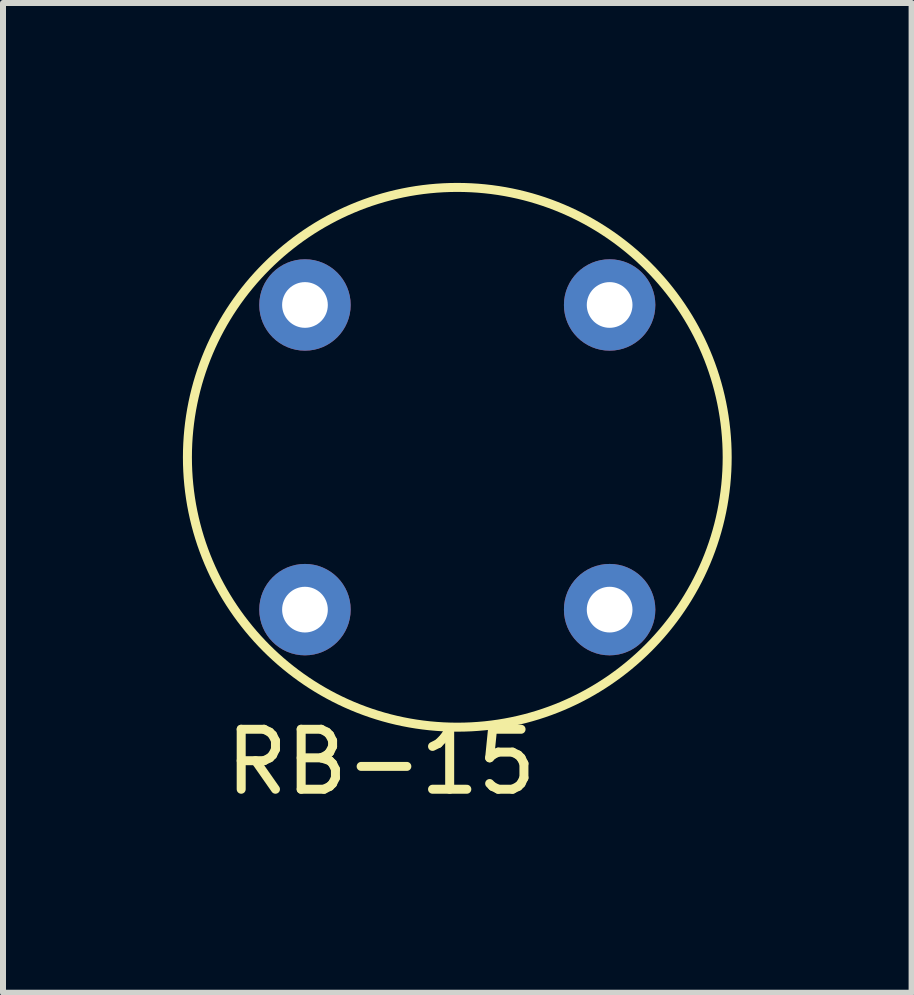
<source format=kicad_pcb>
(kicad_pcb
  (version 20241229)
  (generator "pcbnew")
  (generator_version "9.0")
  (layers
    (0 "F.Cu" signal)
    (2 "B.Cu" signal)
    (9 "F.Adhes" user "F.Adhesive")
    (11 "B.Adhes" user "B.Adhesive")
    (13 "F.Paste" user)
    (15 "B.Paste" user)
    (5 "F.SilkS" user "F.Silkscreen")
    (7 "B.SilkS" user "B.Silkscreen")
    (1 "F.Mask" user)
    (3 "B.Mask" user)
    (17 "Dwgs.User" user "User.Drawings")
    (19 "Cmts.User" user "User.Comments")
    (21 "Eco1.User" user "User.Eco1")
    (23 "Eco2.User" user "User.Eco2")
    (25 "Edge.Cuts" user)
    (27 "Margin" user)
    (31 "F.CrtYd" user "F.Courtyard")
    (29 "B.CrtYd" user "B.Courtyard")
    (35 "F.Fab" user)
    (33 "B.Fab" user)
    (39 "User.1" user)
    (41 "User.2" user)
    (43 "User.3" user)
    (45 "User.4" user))
  (footprint "RB-15"
    (layer "F.Cu")
    (at 4.575 4.575)
    (property "Reference" "RB-15" (at -1.27 5.08 0) (layer "F.SilkS") (effects (font (size 1 1) (thickness 0.15))))
    (attr through_hole)
    (fp_circle (center 0 0) (end 4.5 0) (stroke (width 0.15) (type solid)) (fill no) (layer "F.SilkS"))
    (pad "1" thru_hole circle (at -2.54 2.54) (size 1.524 1.524) (drill 0.762) (layers "*.Cu" "*.Mask"))
    (pad "2" thru_hole circle (at 2.54 2.54) (size 1.524 1.524) (drill 0.762) (layers "*.Cu" "*.Mask"))
    (pad "3" thru_hole circle (at 2.54 -2.54) (size 1.524 1.524) (drill 0.762) (layers "*.Cu" "*.Mask"))
    (pad "4" thru_hole circle (at -2.54 -2.54) (size 1.524 1.524) (drill 0.762) (layers "*.Cu" "*.Mask")))
  (gr_rect
    (start -3 -3)
    (end 12.15 13.503)
    (stroke (width 0.1) (type default))
    (fill no)
    (layer "Edge.Cuts")))
</source>
